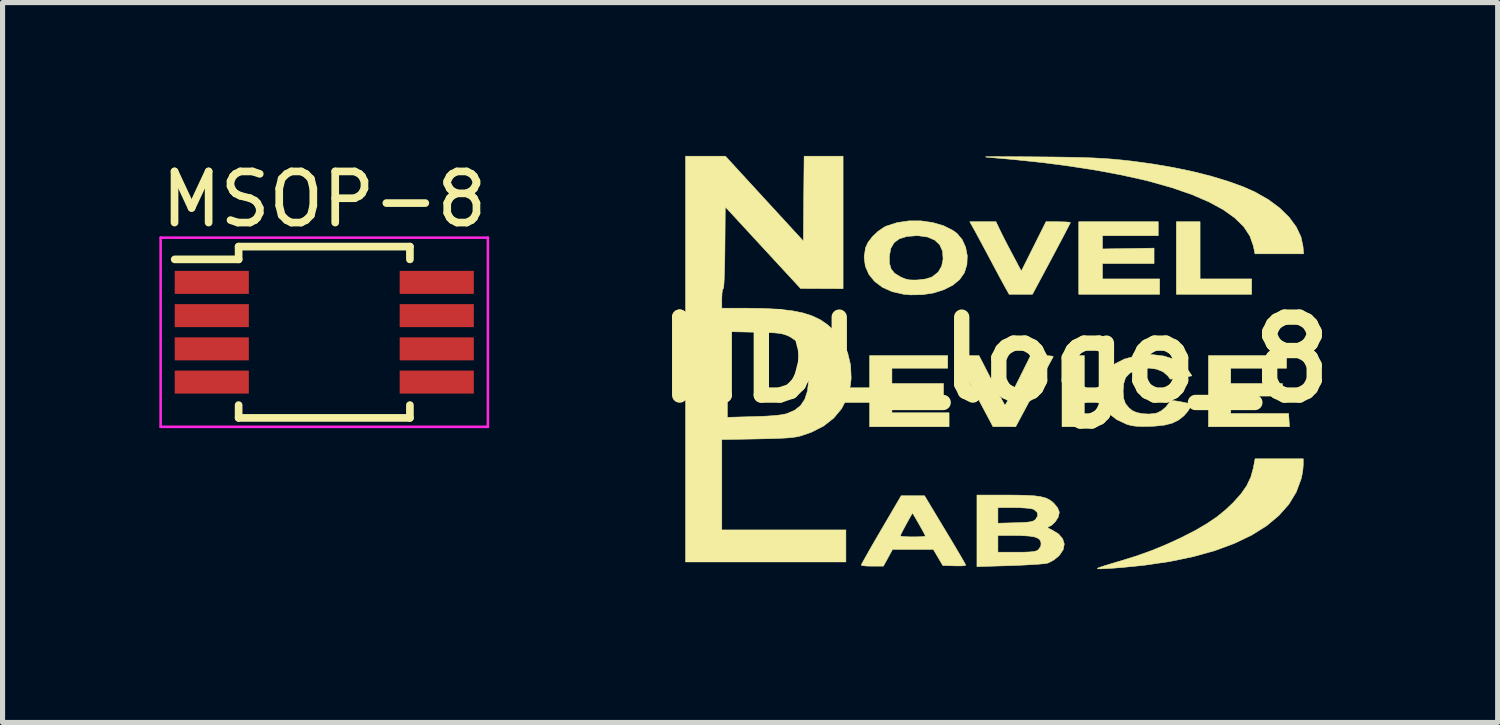
<source format=kicad_pcb>
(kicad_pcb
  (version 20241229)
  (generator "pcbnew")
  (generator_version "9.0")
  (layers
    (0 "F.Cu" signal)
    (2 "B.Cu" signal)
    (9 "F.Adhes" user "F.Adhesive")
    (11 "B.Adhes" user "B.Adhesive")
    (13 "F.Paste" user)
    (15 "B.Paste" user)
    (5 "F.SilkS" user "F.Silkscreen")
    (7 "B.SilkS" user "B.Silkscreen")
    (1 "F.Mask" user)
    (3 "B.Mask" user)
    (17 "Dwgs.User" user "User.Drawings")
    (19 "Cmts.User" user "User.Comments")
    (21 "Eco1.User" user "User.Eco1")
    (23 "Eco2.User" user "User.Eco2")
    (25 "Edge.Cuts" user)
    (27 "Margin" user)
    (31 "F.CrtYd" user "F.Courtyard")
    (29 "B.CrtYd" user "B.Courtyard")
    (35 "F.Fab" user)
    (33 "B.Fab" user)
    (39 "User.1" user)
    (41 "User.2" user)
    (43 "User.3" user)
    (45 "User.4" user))
  (footprint "MSOP-8"
    (layer "F.Cu")
    (at 3.292 3.448)
    (property "Reference" "MSOP-8" (at 0 -2.6 0) (layer "F.SilkS") (effects (font (size 1 1) (thickness 0.15))))
    (attr smd)
    (fp_line (start -1.675 -1.675) (end -1.675 -1.425) (stroke (width 0.15) (type solid)) (layer "F.SilkS"))
    (fp_line (start -1.675 -1.675) (end 1.675 -1.675) (stroke (width 0.15) (type solid)) (layer "F.SilkS"))
    (fp_line (start -1.675 -1.425) (end -2.925 -1.425) (stroke (width 0.15) (type solid)) (layer "F.SilkS"))
    (fp_line (start -1.675 1.675) (end -1.675 1.425) (stroke (width 0.15) (type solid)) (layer "F.SilkS"))
    (fp_line (start -1.675 1.675) (end 1.675 1.675) (stroke (width 0.15) (type solid)) (layer "F.SilkS"))
    (fp_line (start 1.675 -1.675) (end 1.675 -1.425) (stroke (width 0.15) (type solid)) (layer "F.SilkS"))
    (fp_line (start 1.675 1.675) (end 1.675 1.425) (stroke (width 0.15) (type solid)) (layer "F.SilkS"))
    (fp_line (start -3.2 -1.85) (end -3.2 1.85) (stroke (width 0.05) (type solid)) (layer "F.CrtYd"))
    (fp_line (start -3.2 -1.85) (end 3.2 -1.85) (stroke (width 0.05) (type solid)) (layer "F.CrtYd"))
    (fp_line (start -3.2 1.85) (end 3.2 1.85) (stroke (width 0.05) (type solid)) (layer "F.CrtYd"))
    (fp_line (start 3.2 -1.85) (end 3.2 1.85) (stroke (width 0.05) (type solid)) (layer "F.CrtYd"))
    (pad "1" smd rect (at -2.2 -0.975) (size 1.45 0.45) (layers "F.Cu" "F.Mask" "F.Paste"))
    (pad "2" smd rect (at -2.2 -0.325) (size 1.45 0.45) (layers "F.Cu" "F.Mask" "F.Paste"))
    (pad "3" smd rect (at -2.2 0.325) (size 1.45 0.45) (layers "F.Cu" "F.Mask" "F.Paste"))
    (pad "4" smd rect (at -2.2 0.975) (size 1.45 0.45) (layers "F.Cu" "F.Mask" "F.Paste"))
    (pad "5" smd rect (at 2.2 0.975) (size 1.45 0.45) (layers "F.Cu" "F.Mask" "F.Paste"))
    (pad "6" smd rect (at 2.2 0.325) (size 1.45 0.45) (layers "F.Cu" "F.Mask" "F.Paste"))
    (pad "7" smd rect (at 2.2 -0.325) (size 1.45 0.45) (layers "F.Cu" "F.Mask" "F.Paste"))
    (pad "8" smd rect (at 2.2 -0.975) (size 1.45 0.45) (layers "F.Cu" "F.Mask" "F.Paste")))
  (footprint "NDL_logo_8"
    (layer "F.Cu")
    (at 16.412 3.987)
    (property "Reference" "NDL_logo_8" (at 0 0 0) (layer "F.SilkS") (effects (font (size 1.524 1.524) (thickness 0.3))))
    (attr through_hole)
    (fp_poly (pts (xy 1.745 1.309) (xy 1.527 1.309) (xy 1.309 1.309) (xy 1.309 0.614) (xy 1.309 -0.082) (xy 1.527 -0.082) (xy 1.745 -0.082) (xy 1.745 0.614) (xy 1.745 1.309)) (stroke (width 0.01) (type solid)) (fill yes) (layer "F.SilkS"))
    (fp_poly (pts (xy 5.018 -1.282) (xy 4.282 -1.282) (xy 3.545 -1.282) (xy 3.545 -1.991) (xy 3.545 -2.7) (xy 3.777 -2.7) (xy 4.009 -2.7) (xy 4.009 -2.141) (xy 4.009 -1.582) (xy 4.513 -1.582) (xy 5.018 -1.582) (xy 5.018 -1.432) (xy 5.018 -1.282)) (stroke (width 0.01) (type solid)) (fill yes) (layer "F.SilkS"))
    (fp_poly (pts (xy -0.9 1.309) (xy -1.677 1.309) (xy -2.454 1.309) (xy -2.454 0.614) (xy -2.454 -0.082) (xy -1.691 -0.082) (xy -0.927 -0.082) (xy -0.927 0.041) (xy -0.927 0.164) (xy -1.473 0.164) (xy -2.018 0.164) (xy -2.018 0.314) (xy -2.018 0.464) (xy -1.514 0.464) (xy -1.009 0.464) (xy -1.009 0.586) (xy -1.009 0.709) (xy -1.514 0.709) (xy -2.018 0.709) (xy -2.018 0.873) (xy -2.018 1.036) (xy -1.459 1.036) (xy -0.9 1.036) (xy -0.9 1.173) (xy -0.9 1.309)) (stroke (width 0.01) (type solid)) (fill yes) (layer "F.SilkS"))
    (fp_poly (pts (xy 3.218 -1.282) (xy 2.427 -1.282) (xy 1.636 -1.282) (xy 1.636 -1.991) (xy 1.636 -2.7) (xy 2.414 -2.7) (xy 3.191 -2.7) (xy 3.191 -2.564) (xy 3.191 -2.427) (xy 2.645 -2.427) (xy 2.1 -2.427) (xy 2.1 -2.298) (xy 2.1 -2.168) (xy 2.604 -2.176) (xy 3.109 -2.184) (xy 3.109 -2.033) (xy 3.109 -1.882) (xy 2.604 -1.882) (xy 2.1 -1.882) (xy 2.1 -1.732) (xy 2.1 -1.582) (xy 2.659 -1.582) (xy 3.218 -1.582) (xy 3.218 -1.432) (xy 3.218 -1.282)) (stroke (width 0.01) (type solid)) (fill yes) (layer "F.SilkS"))
    (fp_poly (pts (xy 5.757 1.309) (xy 4.965 1.309) (xy 4.173 1.309) (xy 4.173 0.614) (xy 4.173 -0.082) (xy 4.936 -0.082) (xy 5.7 -0.082) (xy 5.7 0.041) (xy 5.7 0.164) (xy 5.154 0.164) (xy 4.609 0.164) (xy 4.609 0.314) (xy 4.609 0.464) (xy 5.113 0.464) (xy 5.618 0.464) (xy 5.618 0.586) (xy 5.618 0.709) (xy 5.113 0.709) (xy 4.609 0.709) (xy 4.609 0.88) (xy 4.609 1.05) (xy 5.175 1.05) (xy 5.741 1.05) (xy 5.749 1.179) (xy 5.757 1.309)) (stroke (width 0.01) (type solid)) (fill yes) (layer "F.SilkS"))
    (fp_poly (pts (xy 1.473 -2.684) (xy 1.46 -2.657) (xy 1.425 -2.588) (xy 1.371 -2.484) (xy 1.3 -2.349) (xy 1.217 -2.192) (xy 1.124 -2.017) (xy 1.102 -1.975) (xy 0.731 -1.282) (xy 0.503 -1.282) (xy 0.275 -1.282) (xy 0.209 -1.398) (xy 0.175 -1.459) (xy 0.121 -1.559) (xy 0.052 -1.686) (xy -0.025 -1.831) (xy -0.096 -1.964) (xy -0.178 -2.118) (xy -0.257 -2.266) (xy -0.328 -2.397) (xy -0.383 -2.5) (xy -0.415 -2.557) (xy -0.495 -2.7) (xy -0.239 -2.7) (xy 0.017 -2.7) (xy 0.097 -2.534) (xy 0.141 -2.443) (xy 0.203 -2.321) (xy 0.275 -2.183) (xy 0.345 -2.051) (xy 0.513 -1.735) (xy 0.754 -2.217) (xy 0.995 -2.7) (xy 1.234 -2.7) (xy 1.34 -2.698) (xy 1.422 -2.694) (xy 1.468 -2.688) (xy 1.473 -2.684)) (stroke (width 0.01) (type solid)) (fill yes) (layer "F.SilkS"))
    (fp_poly (pts (xy 1.137 -0.061) (xy 1.122 -0.033) (xy 1.084 0.037) (xy 1.027 0.143) (xy 0.955 0.278) (xy 0.871 0.435) (xy 0.778 0.61) (xy 0.764 0.634) (xy 0.403 1.309) (xy 0.181 1.308) (xy -0.041 1.308) (xy -0.395 0.641) (xy -0.488 0.466) (xy -0.572 0.306) (xy -0.645 0.168) (xy -0.703 0.057) (xy -0.741 -0.018) (xy -0.758 -0.053) (xy -0.759 -0.053) (xy -0.738 -0.069) (xy -0.667 -0.078) (xy -0.548 -0.081) (xy -0.541 -0.081) (xy -0.314 -0.081) (xy -0.068 0.398) (xy 0.008 0.545) (xy 0.076 0.675) (xy 0.132 0.78) (xy 0.172 0.853) (xy 0.191 0.886) (xy 0.192 0.886) (xy 0.208 0.866) (xy 0.245 0.804) (xy 0.297 0.708) (xy 0.362 0.583) (xy 0.435 0.439) (xy 0.451 0.407) (xy 0.694 -0.082) (xy 0.921 -0.082) (xy 1.023 -0.08) (xy 1.099 -0.074) (xy 1.136 -0.065) (xy 1.137 -0.061)) (stroke (width 0.01) (type solid)) (fill yes) (layer "F.SilkS"))
    (fp_poly (pts (xy 6.027 2.053) (xy 6.02 2.147) (xy 6.001 2.261) (xy 5.985 2.331) (xy 5.89 2.587) (xy 5.745 2.826) (xy 5.55 3.046) (xy 5.308 3.248) (xy 5.018 3.429) (xy 4.682 3.59) (xy 4.302 3.731) (xy 3.879 3.849) (xy 3.413 3.946) (xy 2.906 4.02) (xy 2.471 4.063) (xy 2.332 4.074) (xy 2.206 4.082) (xy 2.109 4.087) (xy 2.051 4.089) (xy 2.048 4.089) (xy 2.002 4.086) (xy 2.006 4.076) (xy 2.032 4.064) (xy 2.078 4.048) (xy 2.165 4.02) (xy 2.28 3.985) (xy 2.411 3.946) (xy 2.425 3.942) (xy 2.758 3.839) (xy 3.058 3.732) (xy 3.345 3.614) (xy 3.641 3.478) (xy 3.913 3.339) (xy 4.142 3.205) (xy 4.34 3.071) (xy 4.516 2.927) (xy 4.652 2.798) (xy 4.809 2.624) (xy 4.923 2.46) (xy 5.002 2.293) (xy 5.052 2.111) (xy 5.053 2.103) (xy 5.085 1.936) (xy 5.556 1.936) (xy 6.027 1.936) (xy 6.027 2.053)) (stroke (width 0.01) (type solid)) (fill yes) (layer "F.SilkS"))
    (fp_poly (pts (xy 6.034 -2.073) (xy 5.559 -2.073) (xy 5.083 -2.073) (xy 5.05 -2.232) (xy 4.983 -2.422) (xy 4.863 -2.603) (xy 4.689 -2.774) (xy 4.461 -2.937) (xy 4.18 -3.089) (xy 3.846 -3.233) (xy 3.46 -3.366) (xy 3.02 -3.49) (xy 2.904 -3.519) (xy 2.47 -3.615) (xy 1.992 -3.705) (xy 1.479 -3.785) (xy 0.942 -3.856) (xy 0.391 -3.914) (xy 0.093 -3.941) (xy -0.016 -3.95) (xy -0.102 -3.957) (xy -0.16 -3.963) (xy -0.187 -3.967) (xy -0.182 -3.971) (xy -0.14 -3.973) (xy -0.06 -3.974) (xy 0.063 -3.974) (xy 0.23 -3.973) (xy 0.445 -3.972) (xy 0.71 -3.97) (xy 0.818 -3.969) (xy 1.156 -3.966) (xy 1.448 -3.962) (xy 1.701 -3.956) (xy 1.925 -3.948) (xy 2.128 -3.937) (xy 2.317 -3.923) (xy 2.501 -3.905) (xy 2.689 -3.884) (xy 2.889 -3.857) (xy 3.068 -3.832) (xy 3.47 -3.764) (xy 3.858 -3.684) (xy 4.223 -3.592) (xy 4.559 -3.49) (xy 4.855 -3.383) (xy 5.086 -3.28) (xy 5.346 -3.132) (xy 5.569 -2.966) (xy 5.751 -2.787) (xy 5.89 -2.599) (xy 5.982 -2.406) (xy 6.022 -2.219) (xy 6.034 -2.073)) (stroke (width 0.01) (type solid)) (fill yes) (layer "F.SilkS"))
    (fp_poly (pts (xy -0.574 4.017) (xy -0.598 4.026) (xy -0.665 4.031) (xy -0.761 4.031) (xy -0.798 4.03) (xy -1.023 4.023) (xy -1.115 3.866) (xy -1.208 3.709) (xy -1.364 3.709) (xy -1.364 3.448) (xy -1.377 3.415) (xy -1.415 3.344) (xy -1.472 3.242) (xy -1.544 3.117) (xy -1.562 3.086) (xy -1.616 2.996) (xy -1.735 3.209) (xy -1.787 3.306) (xy -1.828 3.385) (xy -1.851 3.434) (xy -1.854 3.443) (xy -1.829 3.452) (xy -1.762 3.459) (xy -1.664 3.463) (xy -1.609 3.463) (xy -1.501 3.462) (xy -1.417 3.458) (xy -1.37 3.451) (xy -1.364 3.448) (xy -1.364 3.709) (xy -1.607 3.709) (xy -2.006 3.709) (xy -2.095 3.873) (xy -2.185 4.036) (xy -2.402 4.036) (xy -2.503 4.034) (xy -2.578 4.027) (xy -2.616 4.018) (xy -2.618 4.015) (xy -2.605 3.986) (xy -2.567 3.917) (xy -2.509 3.814) (xy -2.434 3.681) (xy -2.345 3.527) (xy -2.245 3.356) (xy -2.228 3.326) (xy -1.837 2.659) (xy -1.609 2.659) (xy -1.38 2.659) (xy -0.978 3.327) (xy -0.874 3.5) (xy -0.78 3.657) (xy -0.7 3.793) (xy -0.636 3.902) (xy -0.593 3.978) (xy -0.574 4.015) (xy -0.574 4.017)) (stroke (width 0.01) (type solid)) (fill yes) (layer "F.SilkS"))
    (fp_poly (pts (xy -0.544 -2.034) (xy -0.551 -1.864) (xy -0.6 -1.704) (xy -0.603 -1.698) (xy -0.695 -1.568) (xy -0.831 -1.457) (xy -1.004 -1.37) (xy -1.017 -1.366) (xy -1.017 -1.969) (xy -1.027 -2.123) (xy -1.082 -2.248) (xy -1.18 -2.341) (xy -1.319 -2.401) (xy -1.497 -2.426) (xy -1.538 -2.427) (xy -1.727 -2.412) (xy -1.872 -2.367) (xy -1.975 -2.291) (xy -2.039 -2.181) (xy -2.067 -2.036) (xy -2.068 -2.034) (xy -2.066 -1.887) (xy -2.034 -1.777) (xy -1.967 -1.694) (xy -1.857 -1.625) (xy -1.846 -1.619) (xy -1.757 -1.582) (xy -1.676 -1.563) (xy -1.579 -1.56) (xy -1.51 -1.562) (xy -1.356 -1.581) (xy -1.244 -1.616) (xy -1.226 -1.625) (xy -1.113 -1.715) (xy -1.045 -1.83) (xy -1.017 -1.969) (xy -1.017 -1.366) (xy -1.204 -1.307) (xy -1.426 -1.273) (xy -1.66 -1.27) (xy -1.793 -1.283) (xy -2.013 -1.333) (xy -2.202 -1.417) (xy -2.354 -1.531) (xy -2.468 -1.67) (xy -2.538 -1.83) (xy -2.561 -2.006) (xy -2.534 -2.192) (xy -2.484 -2.298) (xy -2.397 -2.411) (xy -2.287 -2.514) (xy -2.169 -2.595) (xy -2.125 -2.616) (xy -1.914 -2.684) (xy -1.685 -2.717) (xy -1.449 -2.717) (xy -1.219 -2.684) (xy -1.006 -2.622) (xy -0.823 -2.529) (xy -0.745 -2.472) (xy -0.644 -2.352) (xy -0.576 -2.202) (xy -0.544 -2.034)) (stroke (width 0.01) (type solid)) (fill yes) (layer "F.SilkS"))
    (fp_poly (pts (xy 3.849 0.314) (xy 3.639 0.346) (xy 3.428 0.379) (xy 3.373 0.309) (xy 3.282 0.232) (xy 3.16 0.183) (xy 3.021 0.163) (xy 2.879 0.17) (xy 2.744 0.203) (xy 2.632 0.263) (xy 2.554 0.347) (xy 2.549 0.357) (xy 2.516 0.463) (xy 2.504 0.608) (xy 2.504 0.623) (xy 2.514 0.756) (xy 2.549 0.856) (xy 2.617 0.939) (xy 2.681 0.992) (xy 2.764 1.03) (xy 2.88 1.054) (xy 3.008 1.061) (xy 3.128 1.049) (xy 3.173 1.038) (xy 3.258 0.993) (xy 3.34 0.923) (xy 3.4 0.846) (xy 3.415 0.815) (xy 3.434 0.8) (xy 3.483 0.798) (xy 3.572 0.81) (xy 3.615 0.818) (xy 3.712 0.837) (xy 3.787 0.853) (xy 3.824 0.864) (xy 3.825 0.864) (xy 3.829 0.894) (xy 3.805 0.951) (xy 3.759 1.02) (xy 3.699 1.088) (xy 3.691 1.096) (xy 3.585 1.18) (xy 3.463 1.239) (xy 3.316 1.277) (xy 3.131 1.297) (xy 3.027 1.302) (xy 2.873 1.304) (xy 2.758 1.299) (xy 2.669 1.287) (xy 2.589 1.266) (xy 2.572 1.26) (xy 2.376 1.168) (xy 2.225 1.048) (xy 2.119 0.902) (xy 2.061 0.732) (xy 2.055 0.691) (xy 2.058 0.506) (xy 2.11 0.34) (xy 2.208 0.196) (xy 2.349 0.076) (xy 2.53 -0.015) (xy 2.749 -0.075) (xy 2.843 -0.09) (xy 3.08 -0.101) (xy 3.299 -0.074) (xy 3.492 -0.013) (xy 3.654 0.081) (xy 3.776 0.205) (xy 3.786 0.219) (xy 3.849 0.314)) (stroke (width 0.01) (type solid)) (fill yes) (layer "F.SilkS"))
    (fp_poly (pts (xy 1.353 3.603) (xy 1.332 3.713) (xy 1.259 3.822) (xy 1.231 3.85) (xy 1.148 3.915) (xy 1.057 3.965) (xy 1.019 3.979) (xy 0.962 3.988) (xy 0.9 3.993) (xy 0.9 3.597) (xy 0.888 3.539) (xy 0.848 3.495) (xy 0.834 3.489) (xy 0.834 3.05) (xy 0.823 2.983) (xy 0.762 2.929) (xy 0.748 2.922) (xy 0.691 2.909) (xy 0.593 2.899) (xy 0.467 2.892) (xy 0.367 2.891) (xy 0.055 2.891) (xy 0.055 3.044) (xy 0.055 3.196) (xy 0.395 3.187) (xy 0.539 3.182) (xy 0.64 3.175) (xy 0.707 3.165) (xy 0.751 3.151) (xy 0.783 3.129) (xy 0.793 3.119) (xy 0.834 3.05) (xy 0.834 3.489) (xy 0.775 3.465) (xy 0.663 3.447) (xy 0.507 3.438) (xy 0.383 3.436) (xy 0.055 3.436) (xy 0.055 3.6) (xy 0.055 3.763) (xy 0.417 3.763) (xy 0.576 3.762) (xy 0.69 3.757) (xy 0.768 3.748) (xy 0.818 3.733) (xy 0.839 3.721) (xy 0.891 3.654) (xy 0.9 3.597) (xy 0.9 3.993) (xy 0.859 3.997) (xy 0.721 4.006) (xy 0.556 4.015) (xy 0.374 4.023) (xy 0.28 4.026) (xy -0.355 4.045) (xy -0.355 3.345) (xy -0.355 2.645) (xy 0.203 2.645) (xy 0.439 2.647) (xy 0.628 2.652) (xy 0.777 2.661) (xy 0.892 2.677) (xy 0.982 2.7) (xy 1.053 2.732) (xy 1.113 2.773) (xy 1.152 2.809) (xy 1.223 2.895) (xy 1.253 2.97) (xy 1.254 2.995) (xy 1.233 3.08) (xy 1.177 3.168) (xy 1.105 3.237) (xy 1.059 3.26) (xy 1.03 3.274) (xy 1.039 3.291) (xy 1.092 3.318) (xy 1.109 3.326) (xy 1.24 3.405) (xy 1.321 3.499) (xy 1.353 3.603)) (stroke (width 0.01) (type solid)) (fill yes) (layer "F.SilkS"))
    (fp_poly (pts (xy -2.815 0.361) (xy -2.829 0.495) (xy -2.893 0.74) (xy -3.002 0.955) (xy -3.156 1.14) (xy -3.354 1.295) (xy -3.596 1.418) (xy -3.642 1.434) (xy -3.642 0.3) (xy -3.646 0.142) (xy -3.658 0.01) (xy -3.676 -0.083) (xy -3.678 -0.092) (xy -3.753 -0.231) (xy -3.869 -0.355) (xy -4.012 -0.451) (xy -4.043 -0.466) (xy -4.098 -0.488) (xy -4.153 -0.505) (xy -4.218 -0.517) (xy -4.303 -0.526) (xy -4.416 -0.532) (xy -4.567 -0.537) (xy -4.711 -0.54) (xy -5.236 -0.551) (xy -5.236 0.287) (xy -5.236 1.125) (xy -4.725 1.111) (xy -4.501 1.103) (xy -4.325 1.092) (xy -4.192 1.077) (xy -4.096 1.059) (xy -4.072 1.052) (xy -3.92 0.987) (xy -3.805 0.896) (xy -3.722 0.772) (xy -3.67 0.612) (xy -3.646 0.41) (xy -3.642 0.3) (xy -3.642 1.434) (xy -3.804 1.489) (xy -3.873 1.505) (xy -3.959 1.518) (xy -4.07 1.528) (xy -4.212 1.536) (xy -4.394 1.542) (xy -4.623 1.547) (xy -4.657 1.548) (xy -5.345 1.56) (xy -5.345 2.444) (xy -5.345 3.327) (xy -4.132 3.327) (xy -2.918 3.327) (xy -2.918 3.641) (xy -2.918 3.954) (xy -4.486 3.954) (xy -6.054 3.954) (xy -6.054 -0.014) (xy -6.054 -3.982) (xy -5.664 -3.982) (xy -5.274 -3.982) (xy -4.512 -3.152) (xy -3.75 -2.323) (xy -3.743 -3.152) (xy -3.735 -3.982) (xy -3.354 -3.982) (xy -2.973 -3.982) (xy -2.973 -2.686) (xy -2.973 -1.391) (xy -3.388 -1.393) (xy -3.804 -1.395) (xy -4.541 -2.193) (xy -5.277 -2.991) (xy -5.284 -2.191) (xy -5.287 -1.947) (xy -5.292 -1.743) (xy -5.298 -1.583) (xy -5.304 -1.469) (xy -5.312 -1.405) (xy -5.318 -1.391) (xy -5.332 -1.366) (xy -5.341 -1.299) (xy -5.345 -1.204) (xy -5.345 -1.2) (xy -5.345 -1.009) (xy -4.848 -1.009) (xy -4.511 -1.004) (xy -4.221 -0.988) (xy -3.974 -0.96) (xy -3.763 -0.918) (xy -3.582 -0.861) (xy -3.425 -0.787) (xy -3.287 -0.694) (xy -3.16 -0.581) (xy -3.135 -0.556) (xy -2.988 -0.361) (xy -2.884 -0.138) (xy -2.826 0.105) (xy -2.815 0.361)) (stroke (width 0.01) (type solid)) (fill yes) (layer "F.SilkS")))
  (gr_rect
    (start -3 -3)
    (end 26.241 11.081)
    (stroke (width 0.1) (type default))
    (fill no)
    (layer "Edge.Cuts")))
</source>
